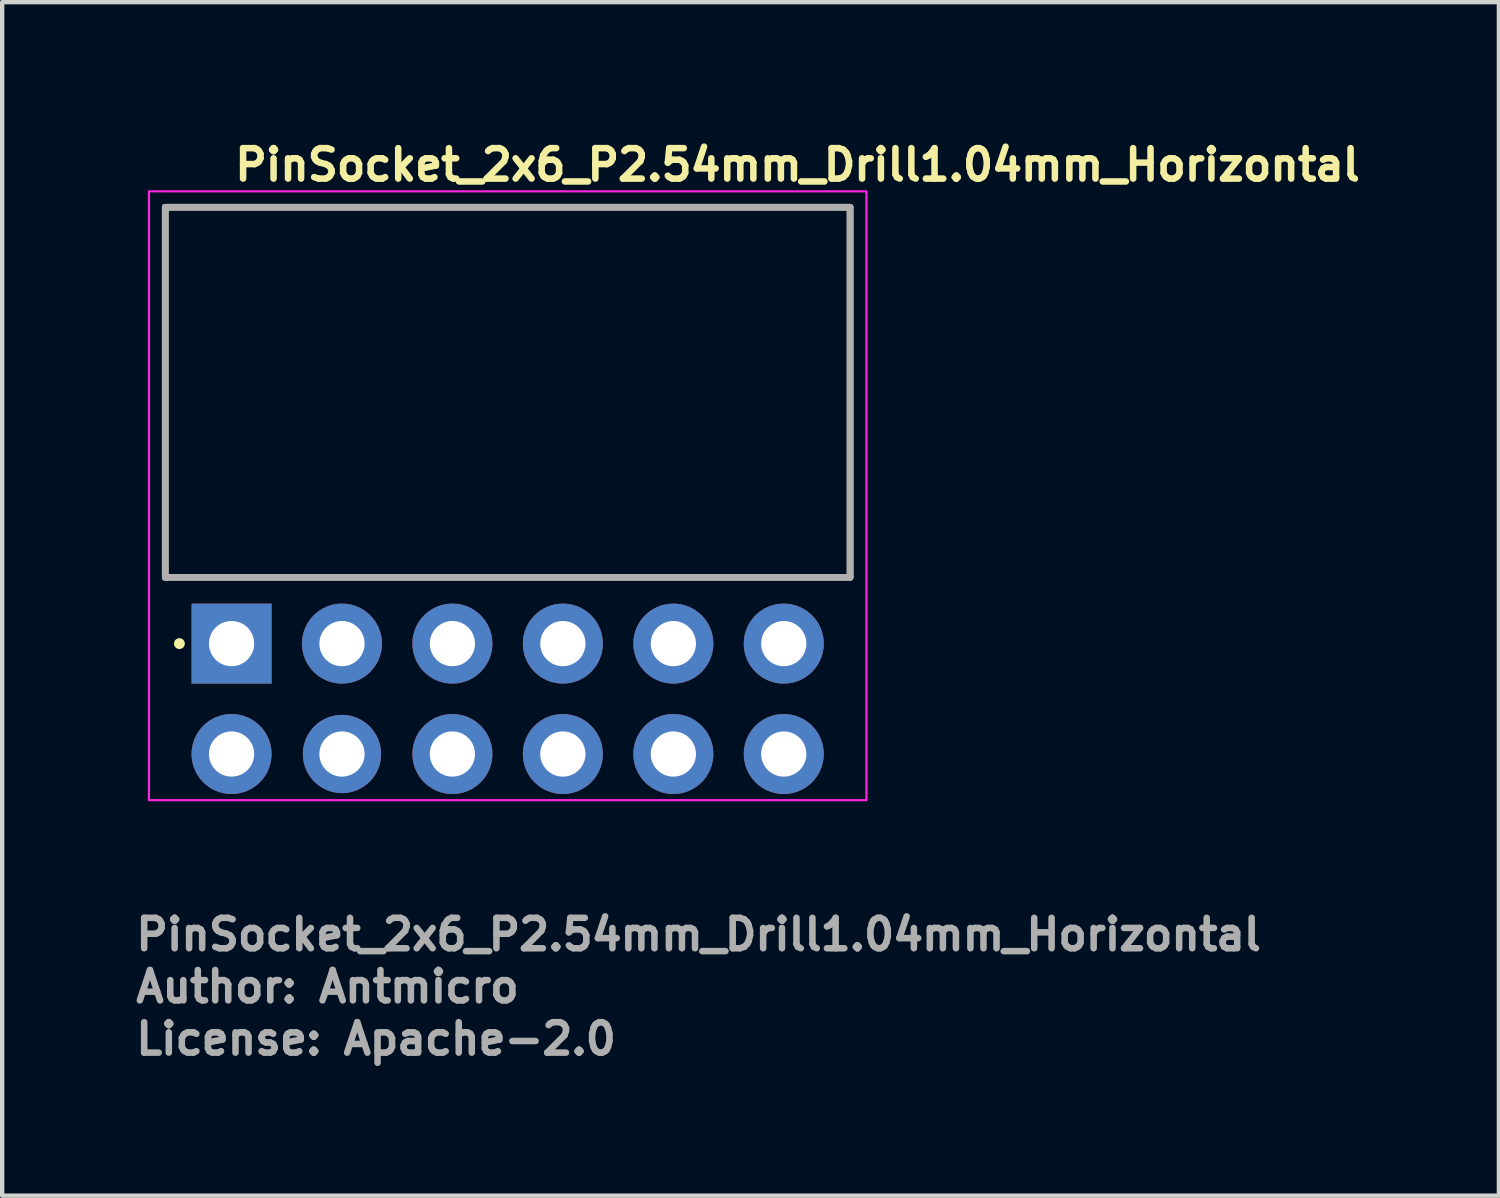
<source format=kicad_pcb>
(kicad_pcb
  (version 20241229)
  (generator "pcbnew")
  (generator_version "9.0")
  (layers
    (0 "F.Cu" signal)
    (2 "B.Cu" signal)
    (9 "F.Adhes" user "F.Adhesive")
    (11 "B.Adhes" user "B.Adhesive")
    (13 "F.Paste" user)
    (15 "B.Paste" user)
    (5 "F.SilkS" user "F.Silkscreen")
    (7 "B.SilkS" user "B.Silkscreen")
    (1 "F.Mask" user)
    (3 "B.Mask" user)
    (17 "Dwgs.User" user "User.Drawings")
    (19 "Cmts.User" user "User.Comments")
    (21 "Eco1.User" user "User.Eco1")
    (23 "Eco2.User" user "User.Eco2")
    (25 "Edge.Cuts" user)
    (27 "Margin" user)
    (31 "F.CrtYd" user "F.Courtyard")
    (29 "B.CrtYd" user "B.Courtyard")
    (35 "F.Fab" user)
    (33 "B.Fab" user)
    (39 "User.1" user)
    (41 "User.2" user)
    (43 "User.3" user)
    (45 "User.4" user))
  (footprint "PinSocket_2x6_P2.54mm_Drill1.04mm_Horizontal"
    (layer "F.Cu")
    (at 2.275 11.75)
    (property "Reference" "PinSocket_2x6_P2.54mm_Drill1.04mm_Horizontal" (at 0 -10.6 0) (layer "F.SilkS") (effects (font (size 0.7 0.7) (thickness 0.15)) (justify left bottom)))
    (attr through_hole)
    (fp_line (start -1.526 -1.524) (end -1.526 -10.035) (stroke (width 0.15) (type solid)) (layer "F.SilkS"))
    (fp_line (start 14.223 -10.035) (end -1.526 -10.035) (stroke (width 0.15) (type solid)) (layer "F.SilkS"))
    (fp_line (start 14.223 -10.035) (end 14.223 -1.524) (stroke (width 0.15) (type solid)) (layer "F.SilkS"))
    (fp_line (start 14.223 -1.524) (end -1.526 -1.524) (stroke (width 0.15) (type solid)) (layer "F.SilkS"))
    (fp_circle (center -1.2 0) (end -1.15 0) (stroke (width 0.15) (type solid)) (fill yes) (layer "F.SilkS"))
    (fp_rect (start -1.9 -10.4) (end 14.6 3.6) (stroke (width 0.05) (type solid)) (fill no) (layer "F.CrtYd"))
    (fp_line (start -1.526 -10.035) (end 14.223 -10.035) (stroke (width 0.15) (type solid)) (layer "F.Fab"))
    (fp_line (start -1.526 -10.035) (end 14.223 -10.035) (stroke (width 0.15) (type solid)) (layer "F.Fab"))
    (fp_line (start -1.526 -1.524) (end -1.526 -10.035) (stroke (width 0.15) (type solid)) (layer "F.Fab"))
    (fp_line (start -1.526 -1.524) (end -1.526 -10.035) (stroke (width 0.15) (type solid)) (layer "F.Fab"))
    (fp_line (start 14.223 -10.035) (end 14.223 -1.524) (stroke (width 0.15) (type solid)) (layer "F.Fab"))
    (fp_line (start 14.223 -10.035) (end 14.223 -1.524) (stroke (width 0.15) (type solid)) (layer "F.Fab"))
    (fp_line (start 14.223 -1.524) (end -1.526 -1.524) (stroke (width 0.15) (type solid)) (layer "F.Fab"))
    (fp_rect (start -1.524 -10.01) (end 14.223 2.766) (stroke (width 0.1) (type solid)) (fill no) (layer "User.5"))
    (fp_line (start -1.524 -10.01) (end -1.524 -1.5) (stroke (width 0.02) (type solid)) (layer "User.9"))
    (fp_line (start -1.524 -10.01) (end 14.223 -10.01) (stroke (width 0.02) (type solid)) (layer "User.9"))
    (fp_line (start -1.524 -1.5) (end -1.016 -1.5) (stroke (width 0.02) (type solid)) (layer "User.9"))
    (fp_line (start -1.016 -2.008) (end -1.016 -1.5) (stroke (width 0.02) (type solid)) (layer "User.9"))
    (fp_line (start -0.395 1.953) (end -0.395 -2.008) (stroke (width 0.02) (type solid)) (layer "User.9"))
    (fp_line (start -0.395 2.528) (end -0.395 1.953) (stroke (width 0.02) (type solid)) (layer "User.9"))
    (fp_line (start -0.395 2.528) (end -0.395 2.528) (stroke (width 0.02) (type solid)) (layer "User.9"))
    (fp_line (start -0.395 2.641) (end -0.395 2.528) (stroke (width 0.02) (type solid)) (layer "User.9"))
    (fp_line (start -0.395 2.641) (end -0.395 2.641) (stroke (width 0.02) (type solid)) (layer "User.9"))
    (fp_line (start -0.395 2.685) (end -0.395 2.641) (stroke (width 0.02) (type solid)) (layer "User.9"))
    (fp_line (start -0.395 2.685) (end -0.395 2.685) (stroke (width 0.02) (type solid)) (layer "User.9"))
    (fp_line (start -0.395 2.721) (end -0.395 2.685) (stroke (width 0.02) (type solid)) (layer "User.9"))
    (fp_line (start -0.395 2.721) (end -0.395 2.721) (stroke (width 0.02) (type solid)) (layer "User.9"))
    (fp_line (start -0.395 2.745) (end -0.395 2.721) (stroke (width 0.02) (type solid)) (layer "User.9"))
    (fp_line (start -0.395 2.745) (end -0.395 2.745) (stroke (width 0.02) (type solid)) (layer "User.9"))
    (fp_line (start -0.395 2.761) (end -0.395 2.745) (stroke (width 0.02) (type solid)) (layer "User.9"))
    (fp_line (start -0.395 2.761) (end -0.395 2.761) (stroke (width 0.02) (type solid)) (layer "User.9"))
    (fp_line (start -0.395 2.766) (end -0.395 2.761) (stroke (width 0.02) (type solid)) (layer "User.9"))
    (fp_line (start -0.395 2.766) (end 0.393 2.766) (stroke (width 0.02) (type solid)) (layer "User.9"))
    (fp_line (start 0.393 -2.008) (end 0.393 1.953) (stroke (width 0.02) (type solid)) (layer "User.9"))
    (fp_line (start 0.393 1.953) (end 0.393 2.528) (stroke (width 0.02) (type solid)) (layer "User.9"))
    (fp_line (start 0.393 2.528) (end 0.393 2.528) (stroke (width 0.02) (type solid)) (layer "User.9"))
    (fp_line (start 0.393 2.528) (end 0.393 2.588) (stroke (width 0.02) (type solid)) (layer "User.9"))
    (fp_line (start 0.393 2.588) (end 0.393 2.588) (stroke (width 0.02) (type solid)) (layer "User.9"))
    (fp_line (start 0.393 2.588) (end 0.393 2.641) (stroke (width 0.02) (type solid)) (layer "User.9"))
    (fp_line (start 0.393 2.641) (end 0.393 2.641) (stroke (width 0.02) (type solid)) (layer "User.9"))
    (fp_line (start 0.393 2.641) (end 0.393 2.685) (stroke (width 0.02) (type solid)) (layer "User.9"))
    (fp_line (start 0.393 2.685) (end 0.393 2.685) (stroke (width 0.02) (type solid)) (layer "User.9"))
    (fp_line (start 0.393 2.685) (end 0.393 2.721) (stroke (width 0.02) (type solid)) (layer "User.9"))
    (fp_line (start 0.393 2.721) (end 0.393 2.721) (stroke (width 0.02) (type solid)) (layer "User.9"))
    (fp_line (start 0.393 2.721) (end 0.393 2.745) (stroke (width 0.02) (type solid)) (layer "User.9"))
    (fp_line (start 0.393 2.745) (end 0.393 2.745) (stroke (width 0.02) (type solid)) (layer "User.9"))
    (fp_line (start 0.393 2.745) (end 0.393 2.761) (stroke (width 0.02) (type solid)) (layer "User.9"))
    (fp_line (start 0.393 2.761) (end 0.393 2.761) (stroke (width 0.02) (type solid)) (layer "User.9"))
    (fp_line (start 0.393 2.761) (end 0.393 2.766) (stroke (width 0.02) (type solid)) (layer "User.9"))
    (fp_line (start 1.015 -2.008) (end -1.016 -2.008) (stroke (width 0.02) (type solid)) (layer "User.9"))
    (fp_line (start 1.015 -1.5) (end 1.015 -2.008) (stroke (width 0.02) (type solid)) (layer "User.9"))
    (fp_line (start 1.015 -1.5) (end 1.523 -1.5) (stroke (width 0.02) (type solid)) (layer "User.9"))
    (fp_line (start 1.523 -2.008) (end 1.523 -1.5) (stroke (width 0.02) (type solid)) (layer "User.9"))
    (fp_line (start 2.145 1.953) (end 2.145 -2.008) (stroke (width 0.02) (type solid)) (layer "User.9"))
    (fp_line (start 2.145 2.528) (end 2.145 1.953) (stroke (width 0.02) (type solid)) (layer "User.9"))
    (fp_line (start 2.145 2.528) (end 2.145 2.528) (stroke (width 0.02) (type solid)) (layer "User.9"))
    (fp_line (start 2.145 2.641) (end 2.145 2.528) (stroke (width 0.02) (type solid)) (layer "User.9"))
    (fp_line (start 2.145 2.641) (end 2.145 2.641) (stroke (width 0.02) (type solid)) (layer "User.9"))
    (fp_line (start 2.145 2.685) (end 2.145 2.641) (stroke (width 0.02) (type solid)) (layer "User.9"))
    (fp_line (start 2.145 2.685) (end 2.145 2.685) (stroke (width 0.02) (type solid)) (layer "User.9"))
    (fp_line (start 2.145 2.721) (end 2.145 2.685) (stroke (width 0.02) (type solid)) (layer "User.9"))
    (fp_line (start 2.145 2.721) (end 2.145 2.721) (stroke (width 0.02) (type solid)) (layer "User.9"))
    (fp_line (start 2.145 2.745) (end 2.145 2.721) (stroke (width 0.02) (type solid)) (layer "User.9"))
    (fp_line (start 2.145 2.745) (end 2.145 2.745) (stroke (width 0.02) (type solid)) (layer "User.9"))
    (fp_line (start 2.145 2.761) (end 2.145 2.745) (stroke (width 0.02) (type solid)) (layer "User.9"))
    (fp_line (start 2.145 2.761) (end 2.145 2.761) (stroke (width 0.02) (type solid)) (layer "User.9"))
    (fp_line (start 2.145 2.766) (end 2.145 2.761) (stroke (width 0.02) (type solid)) (layer "User.9"))
    (fp_line (start 2.145 2.766) (end 2.933 2.766) (stroke (width 0.02) (type solid)) (layer "User.9"))
    (fp_line (start 2.933 -2.008) (end 2.933 1.953) (stroke (width 0.02) (type solid)) (layer "User.9"))
    (fp_line (start 2.933 1.953) (end 2.933 2.528) (stroke (width 0.02) (type solid)) (layer "User.9"))
    (fp_line (start 2.933 2.528) (end 2.933 2.528) (stroke (width 0.02) (type solid)) (layer "User.9"))
    (fp_line (start 2.933 2.528) (end 2.933 2.588) (stroke (width 0.02) (type solid)) (layer "User.9"))
    (fp_line (start 2.933 2.588) (end 2.933 2.588) (stroke (width 0.02) (type solid)) (layer "User.9"))
    (fp_line (start 2.933 2.588) (end 2.933 2.641) (stroke (width 0.02) (type solid)) (layer "User.9"))
    (fp_line (start 2.933 2.641) (end 2.933 2.641) (stroke (width 0.02) (type solid)) (layer "User.9"))
    (fp_line (start 2.933 2.641) (end 2.933 2.685) (stroke (width 0.02) (type solid)) (layer "User.9"))
    (fp_line (start 2.933 2.685) (end 2.933 2.685) (stroke (width 0.02) (type solid)) (layer "User.9"))
    (fp_line (start 2.933 2.685) (end 2.933 2.721) (stroke (width 0.02) (type solid)) (layer "User.9"))
    (fp_line (start 2.933 2.721) (end 2.933 2.721) (stroke (width 0.02) (type solid)) (layer "User.9"))
    (fp_line (start 2.933 2.721) (end 2.933 2.745) (stroke (width 0.02) (type solid)) (layer "User.9"))
    (fp_line (start 2.933 2.745) (end 2.933 2.745) (stroke (width 0.02) (type solid)) (layer "User.9"))
    (fp_line (start 2.933 2.745) (end 2.933 2.761) (stroke (width 0.02) (type solid)) (layer "User.9"))
    (fp_line (start 2.933 2.761) (end 2.933 2.761) (stroke (width 0.02) (type solid)) (layer "User.9"))
    (fp_line (start 2.933 2.761) (end 2.933 2.766) (stroke (width 0.02) (type solid)) (layer "User.9"))
    (fp_line (start 3.555 -2.008) (end 1.523 -2.008) (stroke (width 0.02) (type solid)) (layer "User.9"))
    (fp_line (start 3.555 -1.5) (end 3.555 -2.008) (stroke (width 0.02) (type solid)) (layer "User.9"))
    (fp_line (start 3.555 -1.5) (end 4.062 -1.5) (stroke (width 0.02) (type solid)) (layer "User.9"))
    (fp_line (start 4.062 -2.008) (end 4.062 -1.5) (stroke (width 0.02) (type solid)) (layer "User.9"))
    (fp_line (start 4.685 1.953) (end 4.685 -2.008) (stroke (width 0.02) (type solid)) (layer "User.9"))
    (fp_line (start 4.685 2.528) (end 4.685 1.953) (stroke (width 0.02) (type solid)) (layer "User.9"))
    (fp_line (start 4.685 2.528) (end 4.685 2.528) (stroke (width 0.02) (type solid)) (layer "User.9"))
    (fp_line (start 4.685 2.641) (end 4.685 2.528) (stroke (width 0.02) (type solid)) (layer "User.9"))
    (fp_line (start 4.685 2.641) (end 4.685 2.641) (stroke (width 0.02) (type solid)) (layer "User.9"))
    (fp_line (start 4.685 2.685) (end 4.685 2.641) (stroke (width 0.02) (type solid)) (layer "User.9"))
    (fp_line (start 4.685 2.685) (end 4.685 2.685) (stroke (width 0.02) (type solid)) (layer "User.9"))
    (fp_line (start 4.685 2.721) (end 4.685 2.685) (stroke (width 0.02) (type solid)) (layer "User.9"))
    (fp_line (start 4.685 2.721) (end 4.685 2.721) (stroke (width 0.02) (type solid)) (layer "User.9"))
    (fp_line (start 4.685 2.745) (end 4.685 2.721) (stroke (width 0.02) (type solid)) (layer "User.9"))
    (fp_line (start 4.685 2.745) (end 4.685 2.745) (stroke (width 0.02) (type solid)) (layer "User.9"))
    (fp_line (start 4.685 2.761) (end 4.685 2.745) (stroke (width 0.02) (type solid)) (layer "User.9"))
    (fp_line (start 4.685 2.761) (end 4.685 2.761) (stroke (width 0.02) (type solid)) (layer "User.9"))
    (fp_line (start 4.685 2.766) (end 4.685 2.761) (stroke (width 0.02) (type solid)) (layer "User.9"))
    (fp_line (start 4.685 2.766) (end 5.472 2.766) (stroke (width 0.02) (type solid)) (layer "User.9"))
    (fp_line (start 5.472 -2.008) (end 5.472 1.953) (stroke (width 0.02) (type solid)) (layer "User.9"))
    (fp_line (start 5.472 1.953) (end 5.472 2.528) (stroke (width 0.02) (type solid)) (layer "User.9"))
    (fp_line (start 5.472 2.528) (end 5.472 2.528) (stroke (width 0.02) (type solid)) (layer "User.9"))
    (fp_line (start 5.472 2.528) (end 5.472 2.588) (stroke (width 0.02) (type solid)) (layer "User.9"))
    (fp_line (start 5.472 2.588) (end 5.472 2.588) (stroke (width 0.02) (type solid)) (layer "User.9"))
    (fp_line (start 5.472 2.588) (end 5.472 2.641) (stroke (width 0.02) (type solid)) (layer "User.9"))
    (fp_line (start 5.472 2.641) (end 5.472 2.641) (stroke (width 0.02) (type solid)) (layer "User.9"))
    (fp_line (start 5.472 2.641) (end 5.472 2.685) (stroke (width 0.02) (type solid)) (layer "User.9"))
    (fp_line (start 5.472 2.685) (end 5.472 2.685) (stroke (width 0.02) (type solid)) (layer "User.9"))
    (fp_line (start 5.472 2.685) (end 5.472 2.721) (stroke (width 0.02) (type solid)) (layer "User.9"))
    (fp_line (start 5.472 2.721) (end 5.472 2.721) (stroke (width 0.02) (type solid)) (layer "User.9"))
    (fp_line (start 5.472 2.721) (end 5.472 2.745) (stroke (width 0.02) (type solid)) (layer "User.9"))
    (fp_line (start 5.472 2.745) (end 5.472 2.745) (stroke (width 0.02) (type solid)) (layer "User.9"))
    (fp_line (start 5.472 2.745) (end 5.472 2.761) (stroke (width 0.02) (type solid)) (layer "User.9"))
    (fp_line (start 5.472 2.761) (end 5.472 2.761) (stroke (width 0.02) (type solid)) (layer "User.9"))
    (fp_line (start 5.472 2.761) (end 5.472 2.766) (stroke (width 0.02) (type solid)) (layer "User.9"))
    (fp_line (start 6.094 -2.008) (end 4.062 -2.008) (stroke (width 0.02) (type solid)) (layer "User.9"))
    (fp_line (start 6.094 -1.5) (end 6.094 -2.008) (stroke (width 0.02) (type solid)) (layer "User.9"))
    (fp_line (start 6.094 -1.5) (end 6.602 -1.5) (stroke (width 0.02) (type solid)) (layer "User.9"))
    (fp_line (start 6.602 -2.008) (end 6.602 -1.5) (stroke (width 0.02) (type solid)) (layer "User.9"))
    (fp_line (start 7.225 1.953) (end 7.225 -2.008) (stroke (width 0.02) (type solid)) (layer "User.9"))
    (fp_line (start 7.225 2.528) (end 7.225 1.953) (stroke (width 0.02) (type solid)) (layer "User.9"))
    (fp_line (start 7.225 2.528) (end 7.225 2.528) (stroke (width 0.02) (type solid)) (layer "User.9"))
    (fp_line (start 7.225 2.641) (end 7.225 2.528) (stroke (width 0.02) (type solid)) (layer "User.9"))
    (fp_line (start 7.225 2.641) (end 7.225 2.641) (stroke (width 0.02) (type solid)) (layer "User.9"))
    (fp_line (start 7.225 2.685) (end 7.225 2.641) (stroke (width 0.02) (type solid)) (layer "User.9"))
    (fp_line (start 7.225 2.685) (end 7.225 2.685) (stroke (width 0.02) (type solid)) (layer "User.9"))
    (fp_line (start 7.225 2.721) (end 7.225 2.685) (stroke (width 0.02) (type solid)) (layer "User.9"))
    (fp_line (start 7.225 2.721) (end 7.225 2.721) (stroke (width 0.02) (type solid)) (layer "User.9"))
    (fp_line (start 7.225 2.745) (end 7.225 2.721) (stroke (width 0.02) (type solid)) (layer "User.9"))
    (fp_line (start 7.225 2.745) (end 7.225 2.745) (stroke (width 0.02) (type solid)) (layer "User.9"))
    (fp_line (start 7.225 2.761) (end 7.225 2.745) (stroke (width 0.02) (type solid)) (layer "User.9"))
    (fp_line (start 7.225 2.761) (end 7.225 2.761) (stroke (width 0.02) (type solid)) (layer "User.9"))
    (fp_line (start 7.225 2.766) (end 7.225 2.761) (stroke (width 0.02) (type solid)) (layer "User.9"))
    (fp_line (start 7.225 2.766) (end 8.012 2.766) (stroke (width 0.02) (type solid)) (layer "User.9"))
    (fp_line (start 8.012 -2.008) (end 8.012 1.953) (stroke (width 0.02) (type solid)) (layer "User.9"))
    (fp_line (start 8.012 1.953) (end 8.012 2.528) (stroke (width 0.02) (type solid)) (layer "User.9"))
    (fp_line (start 8.012 2.528) (end 8.012 2.528) (stroke (width 0.02) (type solid)) (layer "User.9"))
    (fp_line (start 8.012 2.528) (end 8.012 2.588) (stroke (width 0.02) (type solid)) (layer "User.9"))
    (fp_line (start 8.012 2.588) (end 8.012 2.588) (stroke (width 0.02) (type solid)) (layer "User.9"))
    (fp_line (start 8.012 2.588) (end 8.012 2.641) (stroke (width 0.02) (type solid)) (layer "User.9"))
    (fp_line (start 8.012 2.641) (end 8.012 2.641) (stroke (width 0.02) (type solid)) (layer "User.9"))
    (fp_line (start 8.012 2.641) (end 8.012 2.685) (stroke (width 0.02) (type solid)) (layer "User.9"))
    (fp_line (start 8.012 2.685) (end 8.012 2.685) (stroke (width 0.02) (type solid)) (layer "User.9"))
    (fp_line (start 8.012 2.685) (end 8.012 2.721) (stroke (width 0.02) (type solid)) (layer "User.9"))
    (fp_line (start 8.012 2.721) (end 8.012 2.721) (stroke (width 0.02) (type solid)) (layer "User.9"))
    (fp_line (start 8.012 2.721) (end 8.012 2.745) (stroke (width 0.02) (type solid)) (layer "User.9"))
    (fp_line (start 8.012 2.745) (end 8.012 2.745) (stroke (width 0.02) (type solid)) (layer "User.9"))
    (fp_line (start 8.012 2.745) (end 8.012 2.761) (stroke (width 0.02) (type solid)) (layer "User.9"))
    (fp_line (start 8.012 2.761) (end 8.012 2.761) (stroke (width 0.02) (type solid)) (layer "User.9"))
    (fp_line (start 8.012 2.761) (end 8.012 2.766) (stroke (width 0.02) (type solid)) (layer "User.9"))
    (fp_line (start 8.634 -2.008) (end 6.602 -2.008) (stroke (width 0.02) (type solid)) (layer "User.9"))
    (fp_line (start 8.634 -1.5) (end 8.634 -2.008) (stroke (width 0.02) (type solid)) (layer "User.9"))
    (fp_line (start 8.634 -1.5) (end 9.143 -1.5) (stroke (width 0.02) (type solid)) (layer "User.9"))
    (fp_line (start 9.143 -2.008) (end 9.143 -1.5) (stroke (width 0.02) (type solid)) (layer "User.9"))
    (fp_line (start 9.765 1.953) (end 9.765 -2.008) (stroke (width 0.02) (type solid)) (layer "User.9"))
    (fp_line (start 9.765 2.528) (end 9.765 1.953) (stroke (width 0.02) (type solid)) (layer "User.9"))
    (fp_line (start 9.765 2.528) (end 9.765 2.528) (stroke (width 0.02) (type solid)) (layer "User.9"))
    (fp_line (start 9.765 2.641) (end 9.765 2.528) (stroke (width 0.02) (type solid)) (layer "User.9"))
    (fp_line (start 9.765 2.641) (end 9.765 2.641) (stroke (width 0.02) (type solid)) (layer "User.9"))
    (fp_line (start 9.765 2.685) (end 9.765 2.641) (stroke (width 0.02) (type solid)) (layer "User.9"))
    (fp_line (start 9.765 2.685) (end 9.765 2.685) (stroke (width 0.02) (type solid)) (layer "User.9"))
    (fp_line (start 9.765 2.721) (end 9.765 2.685) (stroke (width 0.02) (type solid)) (layer "User.9"))
    (fp_line (start 9.765 2.721) (end 9.765 2.721) (stroke (width 0.02) (type solid)) (layer "User.9"))
    (fp_line (start 9.765 2.745) (end 9.765 2.721) (stroke (width 0.02) (type solid)) (layer "User.9"))
    (fp_line (start 9.765 2.745) (end 9.765 2.745) (stroke (width 0.02) (type solid)) (layer "User.9"))
    (fp_line (start 9.765 2.761) (end 9.765 2.745) (stroke (width 0.02) (type solid)) (layer "User.9"))
    (fp_line (start 9.765 2.761) (end 9.765 2.761) (stroke (width 0.02) (type solid)) (layer "User.9"))
    (fp_line (start 9.765 2.766) (end 9.765 2.761) (stroke (width 0.02) (type solid)) (layer "User.9"))
    (fp_line (start 9.765 2.766) (end 10.553 2.766) (stroke (width 0.02) (type solid)) (layer "User.9"))
    (fp_line (start 10.553 -2.008) (end 10.553 1.953) (stroke (width 0.02) (type solid)) (layer "User.9"))
    (fp_line (start 10.553 1.953) (end 10.553 2.528) (stroke (width 0.02) (type solid)) (layer "User.9"))
    (fp_line (start 10.553 2.528) (end 10.553 2.528) (stroke (width 0.02) (type solid)) (layer "User.9"))
    (fp_line (start 10.553 2.528) (end 10.553 2.588) (stroke (width 0.02) (type solid)) (layer "User.9"))
    (fp_line (start 10.553 2.588) (end 10.553 2.588) (stroke (width 0.02) (type solid)) (layer "User.9"))
    (fp_line (start 10.553 2.588) (end 10.553 2.641) (stroke (width 0.02) (type solid)) (layer "User.9"))
    (fp_line (start 10.553 2.641) (end 10.553 2.641) (stroke (width 0.02) (type solid)) (layer "User.9"))
    (fp_line (start 10.553 2.641) (end 10.553 2.685) (stroke (width 0.02) (type solid)) (layer "User.9"))
    (fp_line (start 10.553 2.685) (end 10.553 2.685) (stroke (width 0.02) (type solid)) (layer "User.9"))
    (fp_line (start 10.553 2.685) (end 10.553 2.721) (stroke (width 0.02) (type solid)) (layer "User.9"))
    (fp_line (start 10.553 2.721) (end 10.553 2.721) (stroke (width 0.02) (type solid)) (layer "User.9"))
    (fp_line (start 10.553 2.721) (end 10.553 2.745) (stroke (width 0.02) (type solid)) (layer "User.9"))
    (fp_line (start 10.553 2.745) (end 10.553 2.745) (stroke (width 0.02) (type solid)) (layer "User.9"))
    (fp_line (start 10.553 2.745) (end 10.553 2.761) (stroke (width 0.02) (type solid)) (layer "User.9"))
    (fp_line (start 10.553 2.761) (end 10.553 2.761) (stroke (width 0.02) (type solid)) (layer "User.9"))
    (fp_line (start 10.553 2.761) (end 10.553 2.766) (stroke (width 0.02) (type solid)) (layer "User.9"))
    (fp_line (start 11.175 -2.008) (end 9.143 -2.008) (stroke (width 0.02) (type solid)) (layer "User.9"))
    (fp_line (start 11.175 -1.5) (end 11.175 -2.008) (stroke (width 0.02) (type solid)) (layer "User.9"))
    (fp_line (start 11.175 -1.5) (end 11.682 -1.5) (stroke (width 0.02) (type solid)) (layer "User.9"))
    (fp_line (start 11.682 -2.008) (end 11.682 -1.5) (stroke (width 0.02) (type solid)) (layer "User.9"))
    (fp_line (start 12.306 1.953) (end 12.306 -2.008) (stroke (width 0.02) (type solid)) (layer "User.9"))
    (fp_line (start 12.306 2.528) (end 12.306 1.953) (stroke (width 0.02) (type solid)) (layer "User.9"))
    (fp_line (start 12.306 2.528) (end 12.306 2.528) (stroke (width 0.02) (type solid)) (layer "User.9"))
    (fp_line (start 12.306 2.641) (end 12.306 2.528) (stroke (width 0.02) (type solid)) (layer "User.9"))
    (fp_line (start 12.306 2.641) (end 12.306 2.641) (stroke (width 0.02) (type solid)) (layer "User.9"))
    (fp_line (start 12.306 2.685) (end 12.306 2.641) (stroke (width 0.02) (type solid)) (layer "User.9"))
    (fp_line (start 12.306 2.685) (end 12.306 2.685) (stroke (width 0.02) (type solid)) (layer "User.9"))
    (fp_line (start 12.306 2.721) (end 12.306 2.685) (stroke (width 0.02) (type solid)) (layer "User.9"))
    (fp_line (start 12.306 2.721) (end 12.306 2.721) (stroke (width 0.02) (type solid)) (layer "User.9"))
    (fp_line (start 12.306 2.745) (end 12.306 2.721) (stroke (width 0.02) (type solid)) (layer "User.9"))
    (fp_line (start 12.306 2.745) (end 12.306 2.745) (stroke (width 0.02) (type solid)) (layer "User.9"))
    (fp_line (start 12.306 2.761) (end 12.306 2.745) (stroke (width 0.02) (type solid)) (layer "User.9"))
    (fp_line (start 12.306 2.761) (end 12.306 2.761) (stroke (width 0.02) (type solid)) (layer "User.9"))
    (fp_line (start 12.306 2.766) (end 12.306 2.761) (stroke (width 0.02) (type solid)) (layer "User.9"))
    (fp_line (start 12.306 2.766) (end 13.092 2.766) (stroke (width 0.02) (type solid)) (layer "User.9"))
    (fp_line (start 13.092 -2.008) (end 13.092 1.953) (stroke (width 0.02) (type solid)) (layer "User.9"))
    (fp_line (start 13.092 1.953) (end 13.092 2.528) (stroke (width 0.02) (type solid)) (layer "User.9"))
    (fp_line (start 13.092 2.528) (end 13.092 2.528) (stroke (width 0.02) (type solid)) (layer "User.9"))
    (fp_line (start 13.092 2.528) (end 13.092 2.588) (stroke (width 0.02) (type solid)) (layer "User.9"))
    (fp_line (start 13.092 2.588) (end 13.092 2.588) (stroke (width 0.02) (type solid)) (layer "User.9"))
    (fp_line (start 13.092 2.588) (end 13.092 2.641) (stroke (width 0.02) (type solid)) (layer "User.9"))
    (fp_line (start 13.092 2.641) (end 13.092 2.641) (stroke (width 0.02) (type solid)) (layer "User.9"))
    (fp_line (start 13.092 2.641) (end 13.092 2.685) (stroke (width 0.02) (type solid)) (layer "User.9"))
    (fp_line (start 13.092 2.685) (end 13.092 2.685) (stroke (width 0.02) (type solid)) (layer "User.9"))
    (fp_line (start 13.092 2.685) (end 13.092 2.721) (stroke (width 0.02) (type solid)) (layer "User.9"))
    (fp_line (start 13.092 2.721) (end 13.092 2.721) (stroke (width 0.02) (type solid)) (layer "User.9"))
    (fp_line (start 13.092 2.721) (end 13.092 2.745) (stroke (width 0.02) (type solid)) (layer "User.9"))
    (fp_line (start 13.092 2.745) (end 13.092 2.745) (stroke (width 0.02) (type solid)) (layer "User.9"))
    (fp_line (start 13.092 2.745) (end 13.092 2.761) (stroke (width 0.02) (type solid)) (layer "User.9"))
    (fp_line (start 13.092 2.761) (end 13.092 2.761) (stroke (width 0.02) (type solid)) (layer "User.9"))
    (fp_line (start 13.092 2.761) (end 13.092 2.766) (stroke (width 0.02) (type solid)) (layer "User.9"))
    (fp_line (start 13.714 -2.008) (end 11.682 -2.008) (stroke (width 0.02) (type solid)) (layer "User.9"))
    (fp_line (start 13.714 -1.5) (end 13.714 -2.008) (stroke (width 0.02) (type solid)) (layer "User.9"))
    (fp_line (start 13.714 -1.5) (end 14.223 -1.5) (stroke (width 0.02) (type solid)) (layer "User.9"))
    (fp_line (start 14.223 -10.01) (end 14.223 -1.5) (stroke (width 0.02) (type solid)) (layer "User.9"))
    (fp_text user "Author: Antmicro" (at -2.275 8.298 0) (layer "F.Fab") (effects (font (size 0.7 0.7) (thickness 0.15)) (justify left bottom)))
    (fp_text user "${REFERENCE}" (at -2.275 7.099 0) (layer "F.Fab") (effects (font (size 0.7 0.7) (thickness 0.15)) (justify left bottom)))
    (fp_text user "License: Apache-2.0" (at -2.275 9.499 0) (layer "F.Fab") (effects (font (size 0.7 0.7) (thickness 0.15)) (justify left bottom)))
    (pad "1" thru_hole rect (at 0 0) (size 1.84 1.84) (drill 1.04) (layers "*.Cu" "*.Mask"))
    (pad "2" thru_hole circle (at 0 2.539) (size 1.84 1.84) (drill 1.04) (layers "*.Cu" "*.Mask"))
    (pad "3" thru_hole circle (at 2.539 0) (size 1.84 1.84) (drill 1.04) (layers "*.Cu" "*.Mask"))
    (pad "4" thru_hole circle (at 2.539 2.539) (size 1.8 1.8) (drill 1.04) (layers "*.Cu" "*.Mask"))
    (pad "5" thru_hole circle (at 5.078 0) (size 1.84 1.84) (drill 1.04) (layers "*.Cu" "*.Mask"))
    (pad "6" thru_hole circle (at 5.078 2.539) (size 1.84 1.84) (drill 1.04) (layers "*.Cu" "*.Mask"))
    (pad "7" thru_hole circle (at 7.618 0) (size 1.84 1.84) (drill 1.04) (layers "*.Cu" "*.Mask"))
    (pad "8" thru_hole circle (at 7.618 2.539) (size 1.84 1.84) (drill 1.04) (layers "*.Cu" "*.Mask"))
    (pad "9" thru_hole circle (at 10.159 0) (size 1.84 1.84) (drill 1.04) (layers "*.Cu" "*.Mask"))
    (pad "10" thru_hole circle (at 10.159 2.539) (size 1.84 1.84) (drill 1.04) (layers "*.Cu" "*.Mask"))
    (pad "11" thru_hole circle (at 12.698 0) (size 1.84 1.84) (drill 1.04) (layers "*.Cu" "*.Mask"))
    (pad "12" thru_hole circle (at 12.698 2.539) (size 1.84 1.84) (drill 1.04) (layers "*.Cu" "*.Mask")))
  (gr_rect
    (start -3 -3)
    (end 31.418 24.445)
    (stroke (width 0.1) (type default))
    (fill no)
    (layer "Edge.Cuts")))
</source>
